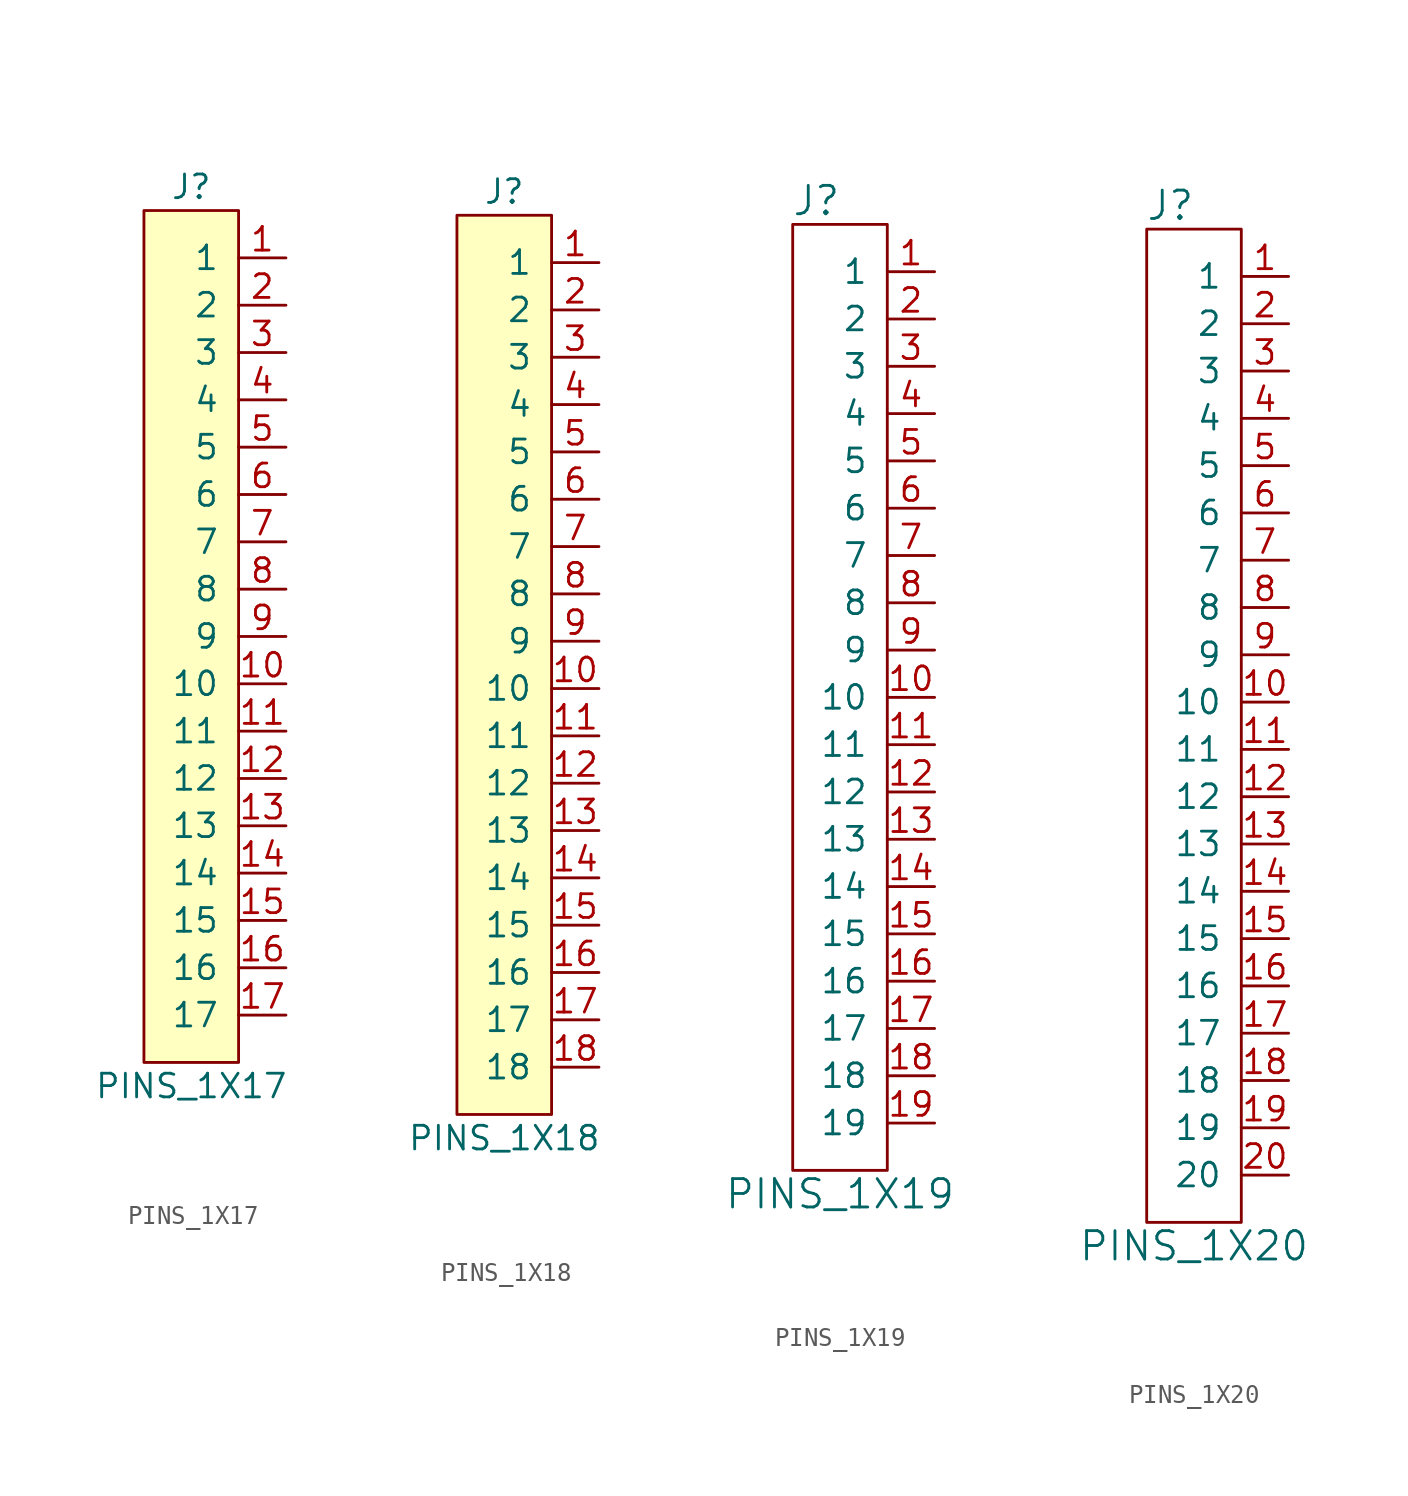
<source format=kicad_sym>
(kicad_symbol_lib
  (version 20241209)
  (generator "kicad_symbol_editor")
  (generator_version "9.0")
  (symbol "PINS_1X17"
    (pin_names
      (offset 1.016))
    (property "Reference" "J"
      (at 0 24.13 0)
      (effects (font (size 1.27 1.27))))
    (property "Value" "PINS_1X17"
      (at 0 -24.13 0)
      (effects (font (size 1.27 1.27))))
    (symbol "PINS_1X17_0_1"
      (rectangle (start -2.54 22.86) (end 2.54 -22.86) (stroke (width 0) (type default)) (fill (type background))))
    (symbol "PINS_1X17_1_1"
      (pin passive line (at 5.08 20.32 180) (length 2.54) (name "1" (effects (font (size 1.27 1.27)))) (number "1" (effects (font (size 1.27 1.27)))))
      (pin passive line (at 5.08 17.78 180) (length 2.54) (name "2" (effects (font (size 1.27 1.27)))) (number "2" (effects (font (size 1.27 1.27)))))
      (pin passive line (at 5.08 15.24 180) (length 2.54) (name "3" (effects (font (size 1.27 1.27)))) (number "3" (effects (font (size 1.27 1.27)))))
      (pin passive line (at 5.08 12.7 180) (length 2.54) (name "4" (effects (font (size 1.27 1.27)))) (number "4" (effects (font (size 1.27 1.27)))))
      (pin passive line (at 5.08 10.16 180) (length 2.54) (name "5" (effects (font (size 1.27 1.27)))) (number "5" (effects (font (size 1.27 1.27)))))
      (pin passive line (at 5.08 7.62 180) (length 2.54) (name "6" (effects (font (size 1.27 1.27)))) (number "6" (effects (font (size 1.27 1.27)))))
      (pin passive line (at 5.08 5.08 180) (length 2.54) (name "7" (effects (font (size 1.27 1.27)))) (number "7" (effects (font (size 1.27 1.27)))))
      (pin passive line (at 5.08 2.54 180) (length 2.54) (name "8" (effects (font (size 1.27 1.27)))) (number "8" (effects (font (size 1.27 1.27)))))
      (pin passive line (at 5.08 0 180) (length 2.54) (name "9" (effects (font (size 1.27 1.27)))) (number "9" (effects (font (size 1.27 1.27)))))
      (pin passive line (at 5.08 -2.54 180) (length 2.54) (name "10" (effects (font (size 1.27 1.27)))) (number "10" (effects (font (size 1.27 1.27)))))
      (pin passive line (at 5.08 -5.08 180) (length 2.54) (name "11" (effects (font (size 1.27 1.27)))) (number "11" (effects (font (size 1.27 1.27)))))
      (pin passive line (at 5.08 -7.62 180) (length 2.54) (name "12" (effects (font (size 1.27 1.27)))) (number "12" (effects (font (size 1.27 1.27)))))
      (pin passive line (at 5.08 -10.16 180) (length 2.54) (name "13" (effects (font (size 1.27 1.27)))) (number "13" (effects (font (size 1.27 1.27)))))
      (pin passive line (at 5.08 -12.7 180) (length 2.54) (name "14" (effects (font (size 1.27 1.27)))) (number "14" (effects (font (size 1.27 1.27)))))
      (pin passive line (at 5.08 -15.24 180) (length 2.54) (name "15" (effects (font (size 1.27 1.27)))) (number "15" (effects (font (size 1.27 1.27)))))
      (pin passive line (at 5.08 -17.78 180) (length 2.54) (name "16" (effects (font (size 1.27 1.27)))) (number "16" (effects (font (size 1.27 1.27)))))
      (pin passive line (at 5.08 -20.32 180) (length 2.54) (name "17" (effects (font (size 1.27 1.27)))) (number "17" (effects (font (size 1.27 1.27)))))))
  (symbol "PINS_1X18"
    (pin_names
      (offset 1.016))
    (property "Reference" "J"
      (at 0 25.4 0)
      (effects (font (size 1.27 1.27))))
    (property "Value" "PINS_1X18"
      (at 0 -25.4 0)
      (effects (font (size 1.27 1.27))))
    (symbol "PINS_1X18_0_1"
      (rectangle (start -2.54 24.13) (end 2.54 -24.13) (stroke (width 0) (type default)) (fill (type background))))
    (symbol "PINS_1X18_1_1"
      (pin passive line (at 5.08 21.59 180) (length 2.54) (name "1" (effects (font (size 1.27 1.27)))) (number "1" (effects (font (size 1.27 1.27)))))
      (pin passive line (at 5.08 19.05 180) (length 2.54) (name "2" (effects (font (size 1.27 1.27)))) (number "2" (effects (font (size 1.27 1.27)))))
      (pin passive line (at 5.08 16.51 180) (length 2.54) (name "3" (effects (font (size 1.27 1.27)))) (number "3" (effects (font (size 1.27 1.27)))))
      (pin passive line (at 5.08 13.97 180) (length 2.54) (name "4" (effects (font (size 1.27 1.27)))) (number "4" (effects (font (size 1.27 1.27)))))
      (pin passive line (at 5.08 11.43 180) (length 2.54) (name "5" (effects (font (size 1.27 1.27)))) (number "5" (effects (font (size 1.27 1.27)))))
      (pin passive line (at 5.08 8.89 180) (length 2.54) (name "6" (effects (font (size 1.27 1.27)))) (number "6" (effects (font (size 1.27 1.27)))))
      (pin passive line (at 5.08 6.35 180) (length 2.54) (name "7" (effects (font (size 1.27 1.27)))) (number "7" (effects (font (size 1.27 1.27)))))
      (pin passive line (at 5.08 3.81 180) (length 2.54) (name "8" (effects (font (size 1.27 1.27)))) (number "8" (effects (font (size 1.27 1.27)))))
      (pin passive line (at 5.08 1.27 180) (length 2.54) (name "9" (effects (font (size 1.27 1.27)))) (number "9" (effects (font (size 1.27 1.27)))))
      (pin passive line (at 5.08 -1.27 180) (length 2.54) (name "10" (effects (font (size 1.27 1.27)))) (number "10" (effects (font (size 1.27 1.27)))))
      (pin passive line (at 5.08 -3.81 180) (length 2.54) (name "11" (effects (font (size 1.27 1.27)))) (number "11" (effects (font (size 1.27 1.27)))))
      (pin passive line (at 5.08 -6.35 180) (length 2.54) (name "12" (effects (font (size 1.27 1.27)))) (number "12" (effects (font (size 1.27 1.27)))))
      (pin passive line (at 5.08 -8.89 180) (length 2.54) (name "13" (effects (font (size 1.27 1.27)))) (number "13" (effects (font (size 1.27 1.27)))))
      (pin passive line (at 5.08 -11.43 180) (length 2.54) (name "14" (effects (font (size 1.27 1.27)))) (number "14" (effects (font (size 1.27 1.27)))))
      (pin passive line (at 5.08 -13.97 180) (length 2.54) (name "15" (effects (font (size 1.27 1.27)))) (number "15" (effects (font (size 1.27 1.27)))))
      (pin passive line (at 5.08 -16.51 180) (length 2.54) (name "16" (effects (font (size 1.27 1.27)))) (number "16" (effects (font (size 1.27 1.27)))))
      (pin passive line (at 5.08 -19.05 180) (length 2.54) (name "17" (effects (font (size 1.27 1.27)))) (number "17" (effects (font (size 1.27 1.27)))))
      (pin passive line (at 5.08 -21.59 180) (length 2.54) (name "18" (effects (font (size 1.27 1.27)))) (number "18" (effects (font (size 1.27 1.27)))))))
  (symbol "PINS_1X19"
    (pin_names
      (offset 1.016))
    (property "Reference" "J"
      (at -1.27 26.67 0)
      (effects (font (size 1.524 1.524))))
    (property "Value" "PINS_1X19"
      (at 0 -26.67 0)
      (effects (font (size 1.524 1.524))))
    (symbol "PINS_1X19_0_1"
      (rectangle (start -2.54 25.4) (end 2.54 -25.4) (stroke (width 0) (type default)) (fill (type none))))
    (symbol "PINS_1X19_1_1"
      (pin unspecified line (at 5.08 22.86 180) (length 2.54) (name "1" (effects (font (size 1.27 1.27)))) (number "1" (effects (font (size 1.27 1.27)))))
      (pin unspecified line (at 5.08 20.32 180) (length 2.54) (name "2" (effects (font (size 1.27 1.27)))) (number "2" (effects (font (size 1.27 1.27)))))
      (pin unspecified line (at 5.08 17.78 180) (length 2.54) (name "3" (effects (font (size 1.27 1.27)))) (number "3" (effects (font (size 1.27 1.27)))))
      (pin unspecified line (at 5.08 15.24 180) (length 2.54) (name "4" (effects (font (size 1.27 1.27)))) (number "4" (effects (font (size 1.27 1.27)))))
      (pin unspecified line (at 5.08 12.7 180) (length 2.54) (name "5" (effects (font (size 1.27 1.27)))) (number "5" (effects (font (size 1.27 1.27)))))
      (pin unspecified line (at 5.08 10.16 180) (length 2.54) (name "6" (effects (font (size 1.27 1.27)))) (number "6" (effects (font (size 1.27 1.27)))))
      (pin unspecified line (at 5.08 7.62 180) (length 2.54) (name "7" (effects (font (size 1.27 1.27)))) (number "7" (effects (font (size 1.27 1.27)))))
      (pin unspecified line (at 5.08 5.08 180) (length 2.54) (name "8" (effects (font (size 1.27 1.27)))) (number "8" (effects (font (size 1.27 1.27)))))
      (pin unspecified line (at 5.08 2.54 180) (length 2.54) (name "9" (effects (font (size 1.27 1.27)))) (number "9" (effects (font (size 1.27 1.27)))))
      (pin unspecified line (at 5.08 0 180) (length 2.54) (name "10" (effects (font (size 1.27 1.27)))) (number "10" (effects (font (size 1.27 1.27)))))
      (pin unspecified line (at 5.08 -2.54 180) (length 2.54) (name "11" (effects (font (size 1.27 1.27)))) (number "11" (effects (font (size 1.27 1.27)))))
      (pin unspecified line (at 5.08 -5.08 180) (length 2.54) (name "12" (effects (font (size 1.27 1.27)))) (number "12" (effects (font (size 1.27 1.27)))))
      (pin unspecified line (at 5.08 -7.62 180) (length 2.54) (name "13" (effects (font (size 1.27 1.27)))) (number "13" (effects (font (size 1.27 1.27)))))
      (pin unspecified line (at 5.08 -10.16 180) (length 2.54) (name "14" (effects (font (size 1.27 1.27)))) (number "14" (effects (font (size 1.27 1.27)))))
      (pin unspecified line (at 5.08 -12.7 180) (length 2.54) (name "15" (effects (font (size 1.27 1.27)))) (number "15" (effects (font (size 1.27 1.27)))))
      (pin unspecified line (at 5.08 -15.24 180) (length 2.54) (name "16" (effects (font (size 1.27 1.27)))) (number "16" (effects (font (size 1.27 1.27)))))
      (pin unspecified line (at 5.08 -17.78 180) (length 2.54) (name "17" (effects (font (size 1.27 1.27)))) (number "17" (effects (font (size 1.27 1.27)))))
      (pin unspecified line (at 5.08 -20.32 180) (length 2.54) (name "18" (effects (font (size 1.27 1.27)))) (number "18" (effects (font (size 1.27 1.27)))))
      (pin unspecified line (at 5.08 -22.86 180) (length 2.54) (name "19" (effects (font (size 1.27 1.27)))) (number "19" (effects (font (size 1.27 1.27)))))))
  (symbol "PINS_1X20"
    (pin_names
      (offset 1.016))
    (property "Reference" "J"
      (at -1.27 27.94 0)
      (effects (font (size 1.524 1.524))))
    (property "Value" "PINS_1X20"
      (at 0 -27.94 0)
      (effects (font (size 1.524 1.524))))
    (symbol "PINS_1X20_0_1"
      (rectangle (start -2.54 26.67) (end 2.54 -26.67) (stroke (width 0) (type default)) (fill (type none))))
    (symbol "PINS_1X20_1_1"
      (pin unspecified line (at 5.08 24.13 180) (length 2.54) (name "1" (effects (font (size 1.27 1.27)))) (number "1" (effects (font (size 1.27 1.27)))))
      (pin unspecified line (at 5.08 21.59 180) (length 2.54) (name "2" (effects (font (size 1.27 1.27)))) (number "2" (effects (font (size 1.27 1.27)))))
      (pin unspecified line (at 5.08 19.05 180) (length 2.54) (name "3" (effects (font (size 1.27 1.27)))) (number "3" (effects (font (size 1.27 1.27)))))
      (pin unspecified line (at 5.08 16.51 180) (length 2.54) (name "4" (effects (font (size 1.27 1.27)))) (number "4" (effects (font (size 1.27 1.27)))))
      (pin unspecified line (at 5.08 13.97 180) (length 2.54) (name "5" (effects (font (size 1.27 1.27)))) (number "5" (effects (font (size 1.27 1.27)))))
      (pin unspecified line (at 5.08 11.43 180) (length 2.54) (name "6" (effects (font (size 1.27 1.27)))) (number "6" (effects (font (size 1.27 1.27)))))
      (pin unspecified line (at 5.08 8.89 180) (length 2.54) (name "7" (effects (font (size 1.27 1.27)))) (number "7" (effects (font (size 1.27 1.27)))))
      (pin unspecified line (at 5.08 6.35 180) (length 2.54) (name "8" (effects (font (size 1.27 1.27)))) (number "8" (effects (font (size 1.27 1.27)))))
      (pin unspecified line (at 5.08 3.81 180) (length 2.54) (name "9" (effects (font (size 1.27 1.27)))) (number "9" (effects (font (size 1.27 1.27)))))
      (pin unspecified line (at 5.08 1.27 180) (length 2.54) (name "10" (effects (font (size 1.27 1.27)))) (number "10" (effects (font (size 1.27 1.27)))))
      (pin unspecified line (at 5.08 -1.27 180) (length 2.54) (name "11" (effects (font (size 1.27 1.27)))) (number "11" (effects (font (size 1.27 1.27)))))
      (pin unspecified line (at 5.08 -3.81 180) (length 2.54) (name "12" (effects (font (size 1.27 1.27)))) (number "12" (effects (font (size 1.27 1.27)))))
      (pin unspecified line (at 5.08 -6.35 180) (length 2.54) (name "13" (effects (font (size 1.27 1.27)))) (number "13" (effects (font (size 1.27 1.27)))))
      (pin unspecified line (at 5.08 -8.89 180) (length 2.54) (name "14" (effects (font (size 1.27 1.27)))) (number "14" (effects (font (size 1.27 1.27)))))
      (pin unspecified line (at 5.08 -11.43 180) (length 2.54) (name "15" (effects (font (size 1.27 1.27)))) (number "15" (effects (font (size 1.27 1.27)))))
      (pin unspecified line (at 5.08 -13.97 180) (length 2.54) (name "16" (effects (font (size 1.27 1.27)))) (number "16" (effects (font (size 1.27 1.27)))))
      (pin unspecified line (at 5.08 -16.51 180) (length 2.54) (name "17" (effects (font (size 1.27 1.27)))) (number "17" (effects (font (size 1.27 1.27)))))
      (pin unspecified line (at 5.08 -19.05 180) (length 2.54) (name "18" (effects (font (size 1.27 1.27)))) (number "18" (effects (font (size 1.27 1.27)))))
      (pin unspecified line (at 5.08 -21.59 180) (length 2.54) (name "19" (effects (font (size 1.27 1.27)))) (number "19" (effects (font (size 1.27 1.27)))))
      (pin unspecified line (at 5.08 -24.13 180) (length 2.54) (name "20" (effects (font (size 1.27 1.27)))) (number "20" (effects (font (size 1.27 1.27))))))))
</source>
